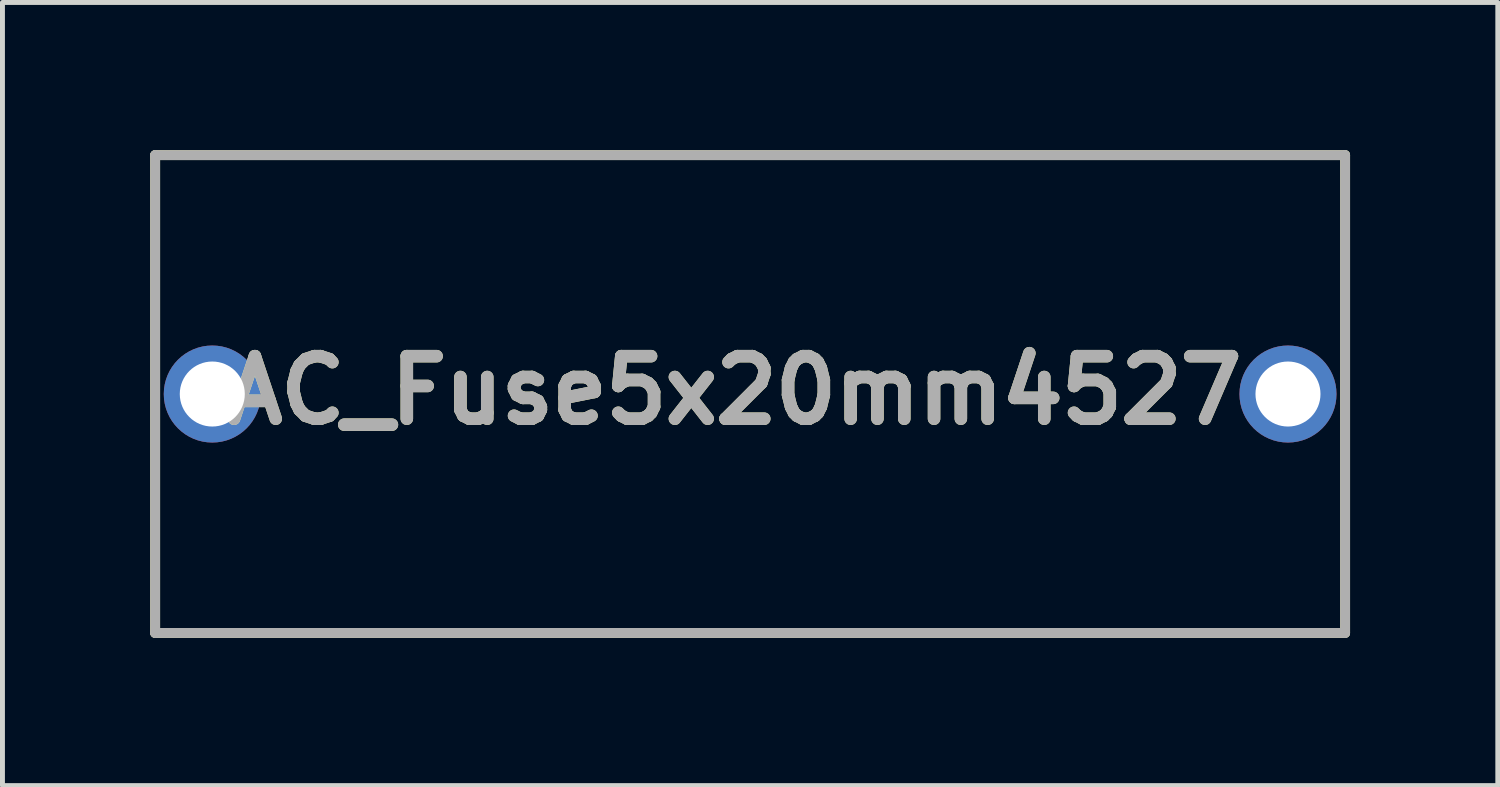
<source format=kicad_pcb>
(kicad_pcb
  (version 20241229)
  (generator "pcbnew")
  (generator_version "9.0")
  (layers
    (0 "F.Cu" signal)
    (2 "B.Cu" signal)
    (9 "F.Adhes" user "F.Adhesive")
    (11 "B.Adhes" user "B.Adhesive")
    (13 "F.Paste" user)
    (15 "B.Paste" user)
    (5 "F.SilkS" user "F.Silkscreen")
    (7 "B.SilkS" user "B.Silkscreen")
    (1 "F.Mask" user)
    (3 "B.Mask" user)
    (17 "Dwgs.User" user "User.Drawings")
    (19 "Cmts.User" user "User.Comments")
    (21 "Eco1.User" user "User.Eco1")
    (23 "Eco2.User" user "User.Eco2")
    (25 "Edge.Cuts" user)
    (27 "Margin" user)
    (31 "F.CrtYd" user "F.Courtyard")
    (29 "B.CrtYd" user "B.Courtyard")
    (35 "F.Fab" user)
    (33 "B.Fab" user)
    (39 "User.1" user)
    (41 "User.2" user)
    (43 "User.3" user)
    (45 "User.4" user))
  (footprint "AC_Fuse5x20mm4527"
    (layer "F.Cu")
    (at 12.18 4.95)
    (property "Reference" "AC_Fuse5x20mm4527" (at -0.318 -0.073 0) (layer "F.SilkS") (effects (font (size 1.27 1.27) (thickness 0.254))))
    (attr through_hole)
    (fp_line (start -12.08 -4.85) (end 12.08 -4.85) (stroke (width 0.2) (type solid)) (layer "F.SilkS"))
    (fp_line (start -12.08 4.85) (end -12.08 -4.85) (stroke (width 0.2) (type solid)) (layer "F.SilkS"))
    (fp_line (start 12.08 -4.85) (end 12.08 4.85) (stroke (width 0.2) (type solid)) (layer "F.SilkS"))
    (fp_line (start 12.08 4.85) (end -12.08 4.85) (stroke (width 0.2) (type solid)) (layer "F.SilkS"))
    (fp_line (start -12.08 -4.85) (end 12.08 -4.85) (stroke (width 0.2) (type solid)) (layer "F.Fab"))
    (fp_line (start -12.08 4.85) (end -12.08 -4.85) (stroke (width 0.2) (type solid)) (layer "F.Fab"))
    (fp_line (start 12.08 -4.85) (end 12.08 4.85) (stroke (width 0.2) (type solid)) (layer "F.Fab"))
    (fp_line (start 12.08 4.85) (end -12.08 4.85) (stroke (width 0.2) (type solid)) (layer "F.Fab"))
    (fp_text user "${REFERENCE}" (at -0.318 -0.073 0) (layer "F.Fab") (effects (font (size 1.27 1.27) (thickness 0.254))))
    (pad "1" thru_hole circle (at -10.92 0) (size 1.97 1.97) (drill 1.32) (layers "*.Cu" "*.Mask"))
    (pad "2" thru_hole circle (at 10.92 0) (size 1.97 1.97) (drill 1.32) (layers "*.Cu" "*.Mask")))
  (gr_rect
    (start -3 -3)
    (end 27.36 12.9)
    (stroke (width 0.1) (type default))
    (fill no)
    (layer "Edge.Cuts")))
</source>
